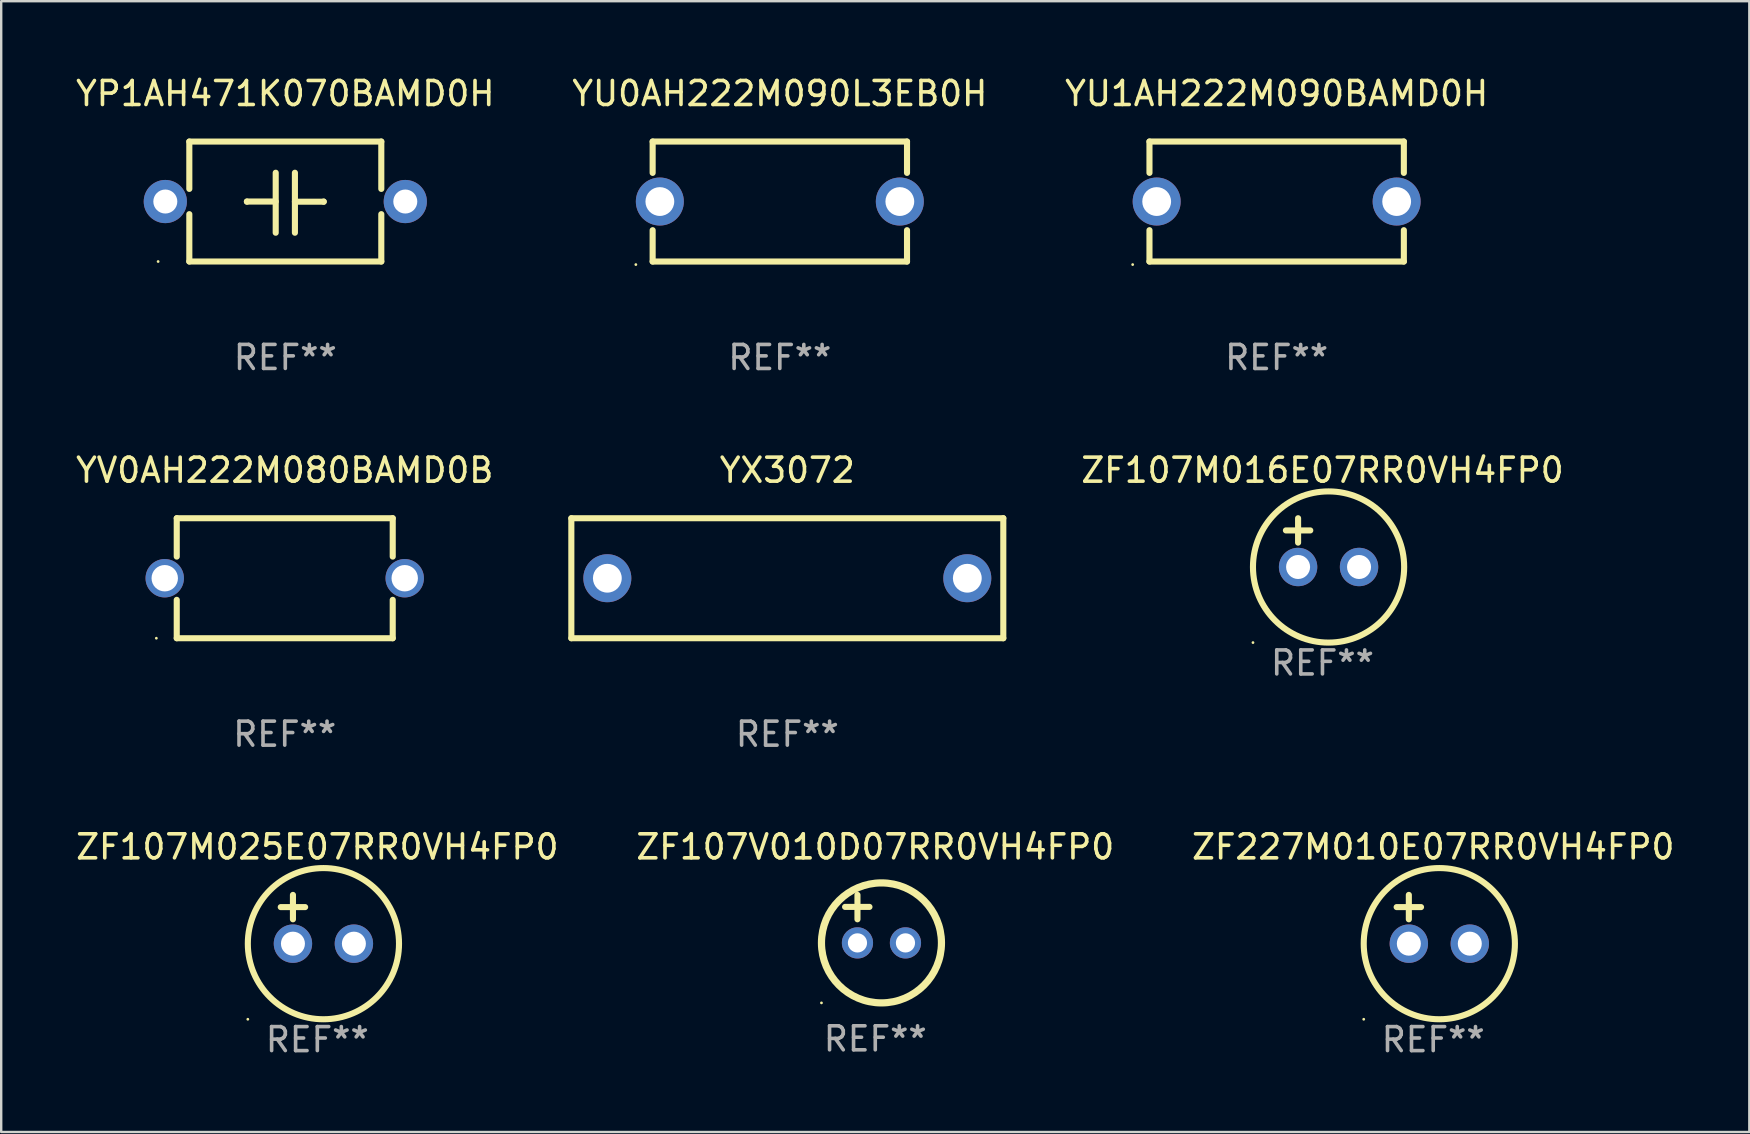
<source format=kicad_pcb>
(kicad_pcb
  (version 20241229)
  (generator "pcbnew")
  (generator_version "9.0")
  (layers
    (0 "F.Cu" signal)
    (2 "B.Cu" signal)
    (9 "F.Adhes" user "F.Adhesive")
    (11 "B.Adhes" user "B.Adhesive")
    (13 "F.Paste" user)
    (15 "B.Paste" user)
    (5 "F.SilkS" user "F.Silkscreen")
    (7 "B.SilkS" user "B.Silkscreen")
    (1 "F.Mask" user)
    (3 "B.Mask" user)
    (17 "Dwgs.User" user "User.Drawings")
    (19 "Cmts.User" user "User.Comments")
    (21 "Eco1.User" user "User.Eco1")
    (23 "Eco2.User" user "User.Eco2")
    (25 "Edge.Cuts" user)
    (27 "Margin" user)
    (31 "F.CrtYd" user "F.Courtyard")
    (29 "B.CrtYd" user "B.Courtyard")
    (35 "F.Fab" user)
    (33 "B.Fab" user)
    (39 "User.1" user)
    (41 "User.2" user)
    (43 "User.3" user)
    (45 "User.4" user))
  (footprint "YX3072"
    (layer "F.Cu")
    (at 29.758 21.045)
    (property "Reference" "YX3072" (at 0 -4.5 0) (layer "F.SilkS") (effects (font (size 1 1) (thickness 0.15))))
    (attr through_hole)
    (fp_line (start -9 -2.5) (end 9 -2.5) (stroke (width 0.254) (type solid)) (layer "F.SilkS"))
    (fp_line (start -9 2.5) (end -9 -2.5) (stroke (width 0.254) (type solid)) (layer "F.SilkS"))
    (fp_line (start 9 -2.5) (end 9 2.5) (stroke (width 0.254) (type solid)) (layer "F.SilkS"))
    (fp_line (start 9 2.5) (end -9 2.5) (stroke (width 0.254) (type solid)) (layer "F.SilkS"))
    (fp_circle (center -9 2.5) (end -8.97 2.5) (stroke (width 0.06) (type solid)) (fill no) (layer "F.SilkS"))
    (fp_text user "REF**" (at 0 6.5 0) (layer "F.Fab") (effects (font (size 1 1) (thickness 0.15))))
    (pad "1" thru_hole circle (at -7.5 -0.000127) (size 2 2) (drill 1.2) (layers "*.Cu" "*.Mask"))
    (pad "2" thru_hole circle (at 7.5 -0.000127) (size 2 2) (drill 1.2) (layers "*.Cu" "*.Mask")))
  (footprint "YV0AH222M080BAMD0B"
    (layer "F.Cu")
    (at 8.815 21.045)
    (property "Reference" "YV0AH222M080BAMD0B" (at 0 -4.5 0) (layer "F.SilkS") (effects (font (size 1 1) (thickness 0.15))))
    (attr through_hole)
    (fp_line (start -4.5 -2.5) (end 4.5 -2.5) (stroke (width 0.254) (type solid)) (layer "F.SilkS"))
    (fp_line (start -4.5 -0.901) (end -4.5 -2.5) (stroke (width 0.254) (type solid)) (layer "F.SilkS"))
    (fp_line (start -4.5 2.5) (end -4.5 0.901) (stroke (width 0.254) (type solid)) (layer "F.SilkS"))
    (fp_line (start -4.5 2.5) (end 4.5 2.5) (stroke (width 0.254) (type solid)) (layer "F.SilkS"))
    (fp_line (start 4.5 -0.901) (end 4.5 -2.5) (stroke (width 0.254) (type solid)) (layer "F.SilkS"))
    (fp_line (start 4.5 2.5) (end 4.5 0.901) (stroke (width 0.254) (type solid)) (layer "F.SilkS"))
    (fp_circle (center -5.35 2.5) (end -5.32 2.5) (stroke (width 0.06) (type solid)) (fill no) (layer "F.SilkS"))
    (fp_text user "REF**" (at 0 6.5 0) (layer "F.Fab") (effects (font (size 1 1) (thickness 0.15))))
    (pad "1" thru_hole circle (at -5 0) (size 1.6 1.6) (drill 1.1) (layers "*.Cu" "*.Mask"))
    (pad "2" thru_hole circle (at 5 0) (size 1.6 1.6) (drill 1.1) (layers "*.Cu" "*.Mask")))
  (footprint "ZF107V010D07RR0VH4FP0"
    (layer "F.Cu")
    (at 33.423 35.241)
    (property "Reference" "ZF107V010D07RR0VH4FP0" (at 0 -3 0) (layer "F.SilkS") (effects (font (size 1 1) (thickness 0.15))))
    (attr through_hole)
    (fp_line (start -1.258 -0.5) (end -0.242 -0.5) (stroke (width 0.254) (type solid)) (layer "F.SilkS"))
    (fp_line (start -0.742 -1) (end -0.742 0.016) (stroke (width 0.254) (type solid)) (layer "F.SilkS"))
    (fp_circle (center -2.242 3.5) (end -2.212 3.5) (stroke (width 0.06) (type solid)) (fill no) (layer "F.SilkS"))
    (fp_circle (center 0.258 1) (end 2.758 1) (stroke (width 0.3) (type solid)) (fill no) (layer "F.SilkS"))
    (fp_text user "REF**" (at 0 5 0) (layer "F.Fab") (effects (font (size 1 1) (thickness 0.15))))
    (pad "1" thru_hole circle (at -0.742 1) (size 1.3 1.3) (drill 0.8) (layers "*.Cu" "*.Mask"))
    (pad "2" thru_hole circle (at 1.258 1) (size 1.3 1.3) (drill 0.8) (layers "*.Cu" "*.Mask")))
  (footprint "ZF107M025E07RR0VH4FP0"
    (layer "F.Cu")
    (at 10.173 35.257)
    (property "Reference" "ZF107M025E07RR0VH4FP0" (at 0 -3.016 0) (layer "F.SilkS") (effects (font (size 1 1) (thickness 0.15))))
    (attr through_hole)
    (fp_line (start -1.524 -0.508) (end -0.508 -0.508) (stroke (width 0.254) (type solid)) (layer "F.SilkS"))
    (fp_line (start -1.016 -1.016) (end -1.016 0) (stroke (width 0.254) (type solid)) (layer "F.SilkS"))
    (fp_circle (center -2.896 4.166) (end -2.866 4.166) (stroke (width 0.06) (type solid)) (fill no) (layer "F.SilkS"))
    (fp_circle (center 0.254 1.016) (end 3.404 1.016) (stroke (width 0.254) (type solid)) (fill no) (layer "F.SilkS"))
    (fp_text user "REF**" (at 0 5.016 0) (layer "F.Fab") (effects (font (size 1 1) (thickness 0.15))))
    (pad "1" thru_hole circle (at -1.016 1.016) (size 1.6 1.6) (drill 1) (layers "*.Cu" "*.Mask"))
    (pad "2" thru_hole circle (at 1.524 1.016) (size 1.6 1.6) (drill 1) (layers "*.Cu" "*.Mask")))
  (footprint "YU1AH222M090BAMD0H"
    (layer "F.Cu")
    (at 50.149 5.348)
    (property "Reference" "YU1AH222M090BAMD0H" (at 0 -4.5 0) (layer "F.SilkS") (effects (font (size 1 1) (thickness 0.15))))
    (attr through_hole)
    (fp_line (start -5.3 -2.5) (end -5.3 -1.194) (stroke (width 0.254) (type solid)) (layer "F.SilkS"))
    (fp_line (start -5.3 -2.5) (end 5.3 -2.5) (stroke (width 0.254) (type solid)) (layer "F.SilkS"))
    (fp_line (start -5.3 1.194) (end -5.3 2.5) (stroke (width 0.254) (type solid)) (layer "F.SilkS"))
    (fp_line (start -5.3 2.5) (end 5.3 2.5) (stroke (width 0.254) (type solid)) (layer "F.SilkS"))
    (fp_line (start 5.3 -2.5) (end 5.3 -1.194) (stroke (width 0.254) (type solid)) (layer "F.SilkS"))
    (fp_line (start 5.3 1.194) (end 5.3 2.5) (stroke (width 0.254) (type solid)) (layer "F.SilkS"))
    (fp_circle (center -6 2.627) (end -5.97 2.627) (stroke (width 0.06) (type solid)) (fill no) (layer "F.SilkS"))
    (fp_text user "REF**" (at 0 6.5 0) (layer "F.Fab") (effects (font (size 1 1) (thickness 0.15))))
    (pad "1" thru_hole circle (at -5 0) (size 2 2) (drill 1.2) (layers "*.Cu" "*.Mask"))
    (pad "2" thru_hole circle (at 5 0) (size 2 2) (drill 1.2) (layers "*.Cu" "*.Mask")))
  (footprint "YP1AH471K070BAMD0H"
    (layer "F.Cu")
    (at 8.839 5.348)
    (property "Reference" "YP1AH471K070BAMD0H" (at 0 -4.499 0) (layer "F.SilkS") (effects (font (size 1 1) (thickness 0.15))))
    (attr through_hole)
    (fp_line (start -4 -2.499) (end -4 -0.526) (stroke (width 0.254) (type solid)) (layer "F.SilkS"))
    (fp_line (start -4 -2.499) (end 4 -2.499) (stroke (width 0.254) (type solid)) (layer "F.SilkS"))
    (fp_line (start -4 0.526) (end -4 2.499) (stroke (width 0.254) (type solid)) (layer "F.SilkS"))
    (fp_line (start -1.6 0) (end -1.6 0.007) (stroke (width 0.254) (type solid)) (layer "F.SilkS"))
    (fp_line (start -0.4 0) (end -1.6 0) (stroke (width 0.254) (type solid)) (layer "F.SilkS"))
    (fp_line (start -0.4 1.3) (end -0.4 -1.2) (stroke (width 0.254) (type solid)) (layer "F.SilkS"))
    (fp_line (start 0.4 -1.2) (end 0.4 1.3) (stroke (width 0.254) (type solid)) (layer "F.SilkS"))
    (fp_line (start 0.4 0.007) (end 1.6 0.007) (stroke (width 0.254) (type solid)) (layer "F.SilkS"))
    (fp_line (start 1.6 0.007) (end 1.6 0) (stroke (width 0.254) (type solid)) (layer "F.SilkS"))
    (fp_line (start 4 -2.499) (end 4 -0.526) (stroke (width 0.254) (type solid)) (layer "F.SilkS"))
    (fp_line (start 4 0.526) (end 4 2.499) (stroke (width 0.254) (type solid)) (layer "F.SilkS"))
    (fp_line (start 4 2.499) (end -4 2.499) (stroke (width 0.254) (type solid)) (layer "F.SilkS"))
    (fp_circle (center -5.3 2.5) (end -5.27 2.5) (stroke (width 0.06) (type solid)) (fill no) (layer "F.SilkS"))
    (fp_text user "REF**" (at 0 6.499 0) (layer "F.Fab") (effects (font (size 1 1) (thickness 0.15))))
    (pad "1" thru_hole circle (at -5 0) (size 1.8 1.8) (drill 1) (layers "*.Cu" "*.Mask"))
    (pad "2" thru_hole circle (at 5 0) (size 1.8 1.8) (drill 1) (layers "*.Cu" "*.Mask")))
  (footprint "ZF227M010E07RR0VH4FP0"
    (layer "F.Cu")
    (at 56.673 35.257)
    (property "Reference" "ZF227M010E07RR0VH4FP0" (at 0 -3.016 0) (layer "F.SilkS") (effects (font (size 1 1) (thickness 0.15))))
    (attr through_hole)
    (fp_line (start -1.524 -0.508) (end -0.508 -0.508) (stroke (width 0.254) (type solid)) (layer "F.SilkS"))
    (fp_line (start -1.016 -1.016) (end -1.016 0) (stroke (width 0.254) (type solid)) (layer "F.SilkS"))
    (fp_circle (center -2.896 4.166) (end -2.866 4.166) (stroke (width 0.06) (type solid)) (fill no) (layer "F.SilkS"))
    (fp_circle (center 0.254 1.016) (end 3.404 1.016) (stroke (width 0.254) (type solid)) (fill no) (layer "F.SilkS"))
    (fp_text user "REF**" (at 0 5.016 0) (layer "F.Fab") (effects (font (size 1 1) (thickness 0.15))))
    (pad "1" thru_hole circle (at -1.016 1.016) (size 1.6 1.6) (drill 1) (layers "*.Cu" "*.Mask"))
    (pad "2" thru_hole circle (at 1.524 1.016) (size 1.6 1.6) (drill 1) (layers "*.Cu" "*.Mask")))
  (footprint "YU0AH222M090L3EB0H"
    (layer "F.Cu")
    (at 29.446 5.348)
    (property "Reference" "YU0AH222M090L3EB0H" (at 0 -4.5 0) (layer "F.SilkS") (effects (font (size 1 1) (thickness 0.15))))
    (attr through_hole)
    (fp_line (start -5.3 -2.5) (end -5.3 -1.194) (stroke (width 0.254) (type solid)) (layer "F.SilkS"))
    (fp_line (start -5.3 -2.5) (end 5.3 -2.5) (stroke (width 0.254) (type solid)) (layer "F.SilkS"))
    (fp_line (start -5.3 1.194) (end -5.3 2.5) (stroke (width 0.254) (type solid)) (layer "F.SilkS"))
    (fp_line (start -5.3 2.5) (end 5.3 2.5) (stroke (width 0.254) (type solid)) (layer "F.SilkS"))
    (fp_line (start 5.3 -2.5) (end 5.3 -1.194) (stroke (width 0.254) (type solid)) (layer "F.SilkS"))
    (fp_line (start 5.3 1.194) (end 5.3 2.5) (stroke (width 0.254) (type solid)) (layer "F.SilkS"))
    (fp_circle (center -6 2.627) (end -5.97 2.627) (stroke (width 0.06) (type solid)) (fill no) (layer "F.SilkS"))
    (fp_text user "REF**" (at 0 6.5 0) (layer "F.Fab") (effects (font (size 1 1) (thickness 0.15))))
    (pad "1" thru_hole circle (at -5 0) (size 2 2) (drill 1.2) (layers "*.Cu" "*.Mask"))
    (pad "2" thru_hole circle (at 5 0) (size 2 2) (drill 1.2) (layers "*.Cu" "*.Mask")))
  (footprint "ZF107M016E07RR0VH4FP0"
    (layer "F.Cu")
    (at 52.058 19.561)
    (property "Reference" "ZF107M016E07RR0VH4FP0" (at 0 -3.016 0) (layer "F.SilkS") (effects (font (size 1 1) (thickness 0.15))))
    (attr through_hole)
    (fp_line (start -1.524 -0.508) (end -0.508 -0.508) (stroke (width 0.254) (type solid)) (layer "F.SilkS"))
    (fp_line (start -1.016 -1.016) (end -1.016 0) (stroke (width 0.254) (type solid)) (layer "F.SilkS"))
    (fp_circle (center -2.896 4.166) (end -2.866 4.166) (stroke (width 0.06) (type solid)) (fill no) (layer "F.SilkS"))
    (fp_circle (center 0.254 1.016) (end 3.404 1.016) (stroke (width 0.254) (type solid)) (fill no) (layer "F.SilkS"))
    (fp_text user "REF**" (at 0 5.016 0) (layer "F.Fab") (effects (font (size 1 1) (thickness 0.15))))
    (pad "1" thru_hole circle (at -1.016 1.016) (size 1.6 1.6) (drill 1) (layers "*.Cu" "*.Mask"))
    (pad "2" thru_hole circle (at 1.524 1.016) (size 1.6 1.6) (drill 1) (layers "*.Cu" "*.Mask")))
  (gr_rect
    (start -3 -3)
    (end 69.845 44.122)
    (stroke (width 0.1) (type default))
    (fill no)
    (layer "Edge.Cuts")))
</source>
